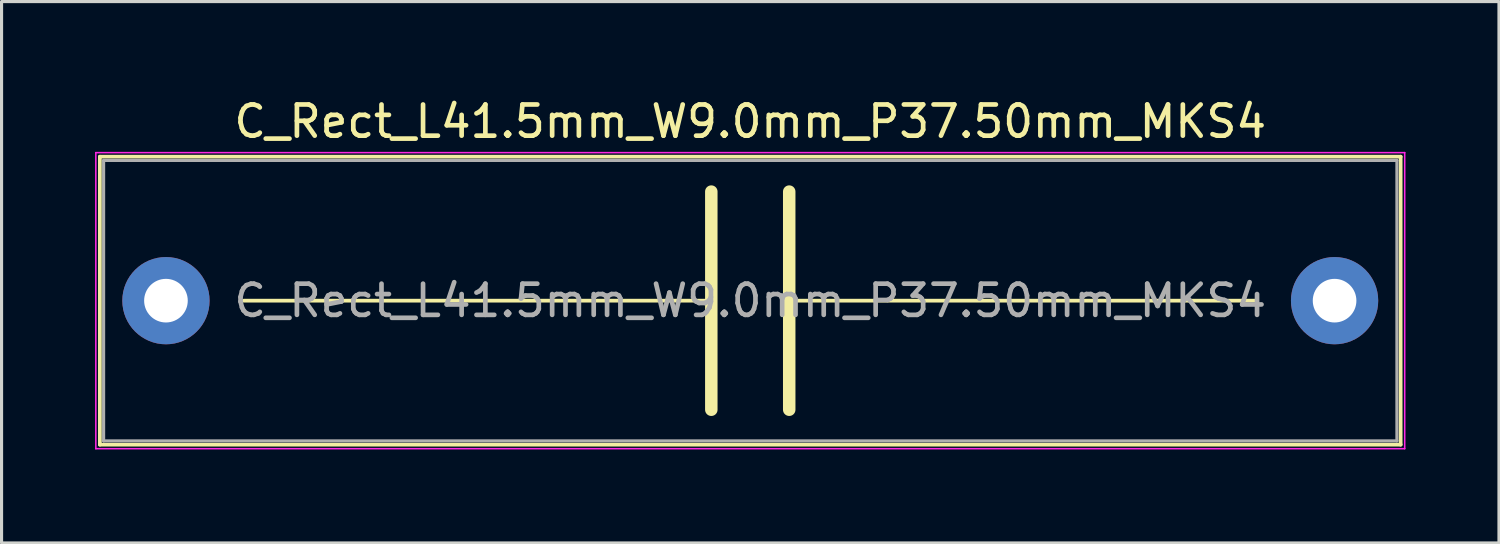
<source format=kicad_pcb>
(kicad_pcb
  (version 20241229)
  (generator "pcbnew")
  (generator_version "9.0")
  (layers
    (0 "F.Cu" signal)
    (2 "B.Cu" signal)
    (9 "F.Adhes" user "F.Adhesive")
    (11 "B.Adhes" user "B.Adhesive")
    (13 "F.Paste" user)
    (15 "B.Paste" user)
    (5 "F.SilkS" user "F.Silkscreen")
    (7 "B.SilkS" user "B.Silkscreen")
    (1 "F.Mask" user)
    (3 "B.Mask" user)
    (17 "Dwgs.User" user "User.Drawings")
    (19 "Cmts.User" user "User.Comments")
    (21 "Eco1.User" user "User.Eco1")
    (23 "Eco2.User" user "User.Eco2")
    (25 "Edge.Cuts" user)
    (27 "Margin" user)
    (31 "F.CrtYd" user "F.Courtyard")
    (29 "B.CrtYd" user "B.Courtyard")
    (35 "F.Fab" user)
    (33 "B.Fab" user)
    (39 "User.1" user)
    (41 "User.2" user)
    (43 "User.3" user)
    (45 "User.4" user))
  (footprint "C_Rect_L41.5mm_W9.0mm_P37.50mm_MKS4"
    (layer "F.Cu")
    (at 2.275 6.598)
    (property "Reference" "C_Rect_L41.5mm_W9.0mm_P37.50mm_MKS4" (at 18.75 -5.75 0) (layer "F.SilkS") (effects (font (size 1 1) (thickness 0.15))))
    (attr through_hole)
    (fp_line (start -2.12 -4.62) (end -2.12 4.62) (stroke (width 0.12) (type solid)) (layer "F.SilkS"))
    (fp_line (start -2.12 -4.62) (end 39.62 -4.62) (stroke (width 0.12) (type solid)) (layer "F.SilkS"))
    (fp_line (start -2.12 4.62) (end 39.62 4.62) (stroke (width 0.12) (type solid)) (layer "F.SilkS"))
    (fp_line (start 2.5 0) (end 17.5 0) (stroke (width 0.12) (type solid)) (layer "F.SilkS"))
    (fp_line (start 17.5 -3.5) (end 17.5 3.5) (stroke (width 0.4) (type solid)) (layer "F.SilkS"))
    (fp_line (start 20 -3.5) (end 20 3.5) (stroke (width 0.4) (type solid)) (layer "F.SilkS"))
    (fp_line (start 20 0) (end 35 0) (stroke (width 0.12) (type solid)) (layer "F.SilkS"))
    (fp_line (start 39.62 -4.62) (end 39.62 4.62) (stroke (width 0.12) (type solid)) (layer "F.SilkS"))
    (fp_line (start -2.25 -4.75) (end -2.25 4.75) (stroke (width 0.05) (type solid)) (layer "F.CrtYd"))
    (fp_line (start -2.25 4.75) (end 39.75 4.75) (stroke (width 0.05) (type solid)) (layer "F.CrtYd"))
    (fp_line (start 39.75 -4.75) (end -2.25 -4.75) (stroke (width 0.05) (type solid)) (layer "F.CrtYd"))
    (fp_line (start 39.75 4.75) (end 39.75 -4.75) (stroke (width 0.05) (type solid)) (layer "F.CrtYd"))
    (fp_line (start -2 -4.5) (end -2 4.5) (stroke (width 0.1) (type solid)) (layer "F.Fab"))
    (fp_line (start -2 4.5) (end 39.5 4.5) (stroke (width 0.1) (type solid)) (layer "F.Fab"))
    (fp_line (start 39.5 -4.5) (end -2 -4.5) (stroke (width 0.1) (type solid)) (layer "F.Fab"))
    (fp_line (start 39.5 4.5) (end 39.5 -4.5) (stroke (width 0.1) (type solid)) (layer "F.Fab"))
    (fp_text user "${REFERENCE}" (at 18.75 0 0) (layer "F.Fab") (effects (font (size 1 1) (thickness 0.15))))
    (pad "1" thru_hole circle (at 0 0) (size 2.8 2.8) (drill 1.4) (layers "*.Cu" "*.Mask"))
    (pad "2" thru_hole circle (at 37.5 0) (size 2.8 2.8) (drill 1.4) (layers "*.Cu" "*.Mask")))
  (gr_rect
    (start -3 -3)
    (end 45.05 14.373)
    (stroke (width 0.1) (type default))
    (fill no)
    (layer "Edge.Cuts")))
</source>
